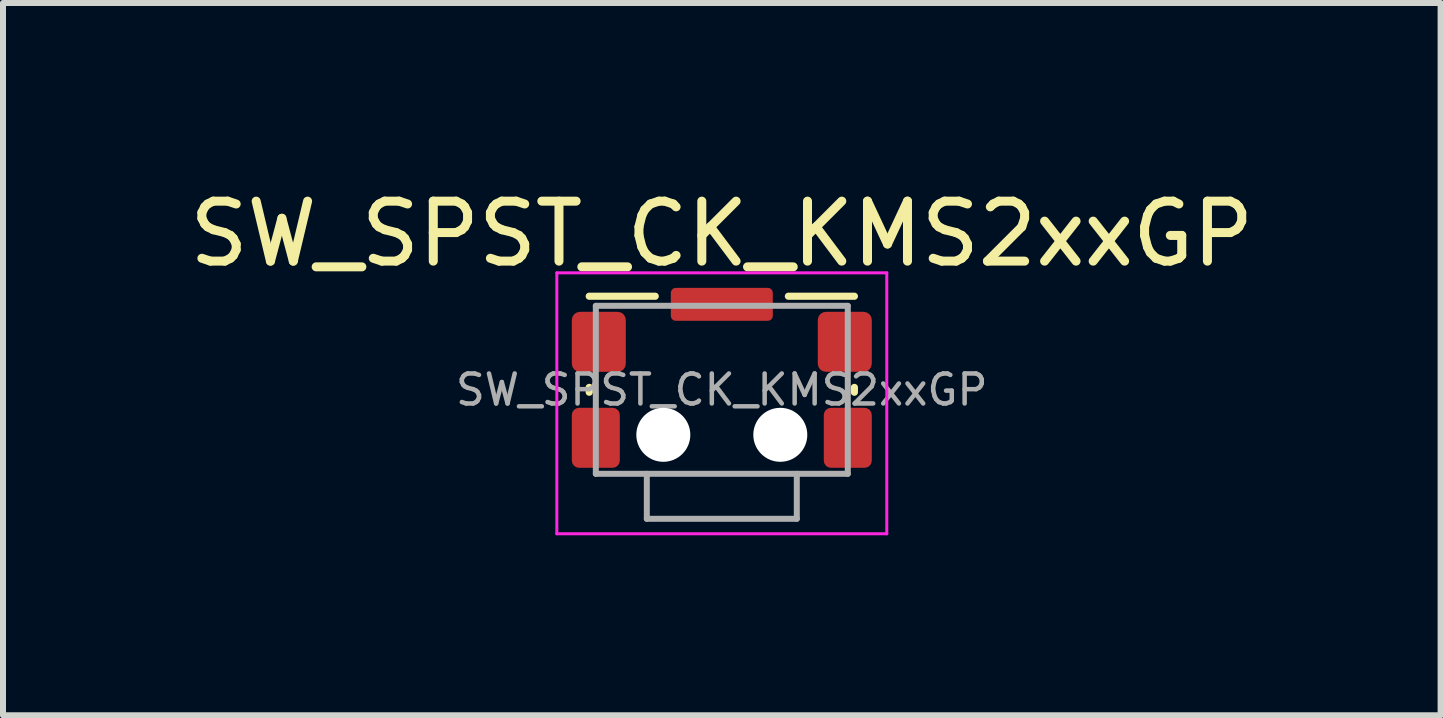
<source format=kicad_pcb>
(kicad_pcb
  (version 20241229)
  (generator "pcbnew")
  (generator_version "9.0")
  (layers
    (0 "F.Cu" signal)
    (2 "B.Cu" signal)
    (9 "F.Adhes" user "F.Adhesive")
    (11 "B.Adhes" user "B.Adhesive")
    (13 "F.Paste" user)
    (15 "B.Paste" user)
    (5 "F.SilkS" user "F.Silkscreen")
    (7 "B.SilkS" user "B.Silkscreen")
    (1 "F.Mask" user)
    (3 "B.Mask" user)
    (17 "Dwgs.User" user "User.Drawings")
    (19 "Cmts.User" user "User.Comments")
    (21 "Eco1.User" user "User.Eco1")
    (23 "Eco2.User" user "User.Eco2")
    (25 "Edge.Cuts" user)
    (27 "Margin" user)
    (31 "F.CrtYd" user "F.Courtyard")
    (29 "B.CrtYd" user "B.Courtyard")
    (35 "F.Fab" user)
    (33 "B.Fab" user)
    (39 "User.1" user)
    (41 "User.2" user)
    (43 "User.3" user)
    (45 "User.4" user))
  (footprint "SW_SPST_CK_KMS2xxGP"
    (layer "F.Cu")
    (at 8.982 3.448)
    (property "Reference" "SW_SPST_CK_KMS2xxGP" (at 0 -2.6 0) (layer "F.SilkS") (effects (font (size 1 1) (thickness 0.15))))
    (attr smd)
    (fp_line (start -2.21 -1.56) (end -1.11 -1.56) (stroke (width 0.12) (type solid)) (layer "F.SilkS"))
    (fp_line (start -2.21 -0.04) (end -2.21 0.04) (stroke (width 0.12) (type default)) (layer "F.SilkS"))
    (fp_line (start 1.11 -1.56) (end 2.21 -1.56) (stroke (width 0.12) (type solid)) (layer "F.SilkS"))
    (fp_line (start 2.21 -0.04) (end 2.21 0.04) (stroke (width 0.12) (type default)) (layer "F.SilkS"))
    (fp_line (start -2.75 -1.95) (end -2.75 2.4) (stroke (width 0.05) (type default)) (layer "F.CrtYd"))
    (fp_line (start -2.75 -1.95) (end 2.75 -1.95) (stroke (width 0.05) (type default)) (layer "F.CrtYd"))
    (fp_line (start -2.75 2.4) (end 2.75 2.4) (stroke (width 0.05) (type default)) (layer "F.CrtYd"))
    (fp_line (start 2.75 -1.95) (end 2.75 2.4) (stroke (width 0.05) (type default)) (layer "F.CrtYd"))
    (fp_line (start -2.1 -1.4) (end -2.1 1.4) (stroke (width 0.1) (type solid)) (layer "F.Fab"))
    (fp_line (start -2.1 -1.4) (end 2.1 -1.4) (stroke (width 0.1) (type solid)) (layer "F.Fab"))
    (fp_line (start -2.1 1.4) (end 2.1 1.4) (stroke (width 0.1) (type solid)) (layer "F.Fab"))
    (fp_line (start -1.25 1.4) (end -1.25 2.15) (stroke (width 0.1) (type solid)) (layer "F.Fab"))
    (fp_line (start -1.25 2.15) (end 1.25 2.15) (stroke (width 0.1) (type solid)) (layer "F.Fab"))
    (fp_line (start 1.25 1.4) (end 1.25 2.15) (stroke (width 0.1) (type solid)) (layer "F.Fab"))
    (fp_line (start 2.1 -1.4) (end 2.1 1.4) (stroke (width 0.1) (type solid)) (layer "F.Fab"))
    (fp_text user "${REFERENCE}" (at 0 0 0) (layer "F.Fab") (effects (font (size 0.5 0.5) (thickness 0.075))))
    (pad "" np_thru_hole circle (at -0.975 0.75) (size 0.9 0.9) (drill 0.9) (layers "*.Cu" "*.Mask"))
    (pad "" np_thru_hole circle (at 0.975 0.75) (size 0.9 0.9) (drill 0.9) (layers "*.Cu" "*.Mask"))
    (pad "1" smd roundrect (at -2.05 -0.8) (size 0.9 1) (layers "F.Cu" "F.Mask" "F.Paste") (roundrect_rratio 0.15))
    (pad "1" smd roundrect (at 2.05 -0.8) (size 0.9 1) (layers "F.Cu" "F.Mask" "F.Paste") (roundrect_rratio 0.15))
    (pad "2" smd roundrect (at -2.1 0.8) (size 0.8 1) (layers "F.Cu" "F.Mask" "F.Paste") (roundrect_rratio 0.15))
    (pad "2" smd roundrect (at 2.1 0.8) (size 0.8 1) (layers "F.Cu" "F.Mask" "F.Paste") (roundrect_rratio 0.15))
    (pad "SH" smd roundrect (at 0 -1.425) (size 1.7 0.55) (layers "F.Cu" "F.Mask" "F.Paste") (roundrect_rratio 0.15)))
  (gr_rect
    (start -3 -3)
    (end 20.964 8.873)
    (stroke (width 0.1) (type default))
    (fill no)
    (layer "Edge.Cuts")))
</source>
